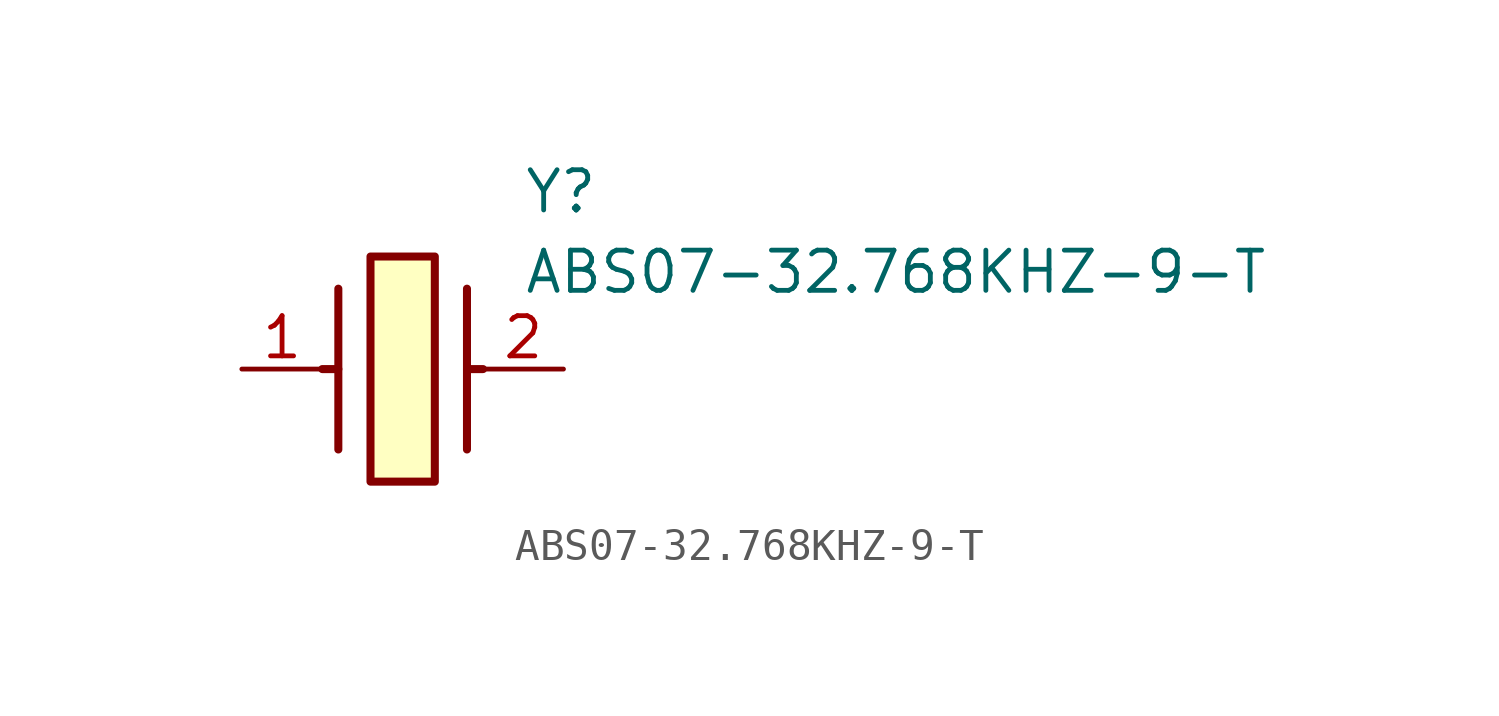
<source format=kicad_sym>
(kicad_symbol_lib
  (version 20220914)
  (generator kicad_symbol_editor)
  (symbol "ABS07-32.768KHZ-9-T"
    (pin_names hide)
    (property "Reference" "Y"
      (at 8.89 6.35 0)
      (effects (font (size 1.27 1.27)) (justify left top)))
    (property "Value" "ABS07-32.768KHZ-9-T"
      (at 8.89 3.81 0)
      (effects (font (size 1.27 1.27)) (justify left top)))
    (symbol "ABS07-32.768KHZ-9-T_1_1"
      (polyline (pts (xy 3.048 0) (xy 2.54 0)) (stroke (width 0.254) (type default)) (fill (type none)))
      (polyline (pts (xy 3.048 2.54) (xy 3.048 -2.54)) (stroke (width 0.254) (type default)) (fill (type none)))
      (polyline (pts (xy 7.112 0) (xy 7.62 0)) (stroke (width 0.254) (type default)) (fill (type none)))
      (polyline (pts (xy 7.112 2.54) (xy 7.112 -2.54)) (stroke (width 0.254) (type default)) (fill (type none)))
      (rectangle (start 4.064 3.556) (end 6.096 -3.556) (stroke (width 0.254) (type default)) (fill (type background)))
      (pin passive line (at 0 0 0) (length 2.54) (name "1" (effects (font (size 1.27 1.27)))) (number "1" (effects (font (size 1.27 1.27)))))
      (pin passive line (at 10.16 0 180) (length 2.54) (name "2" (effects (font (size 1.27 1.27)))) (number "2" (effects (font (size 1.27 1.27))))))))
</source>
